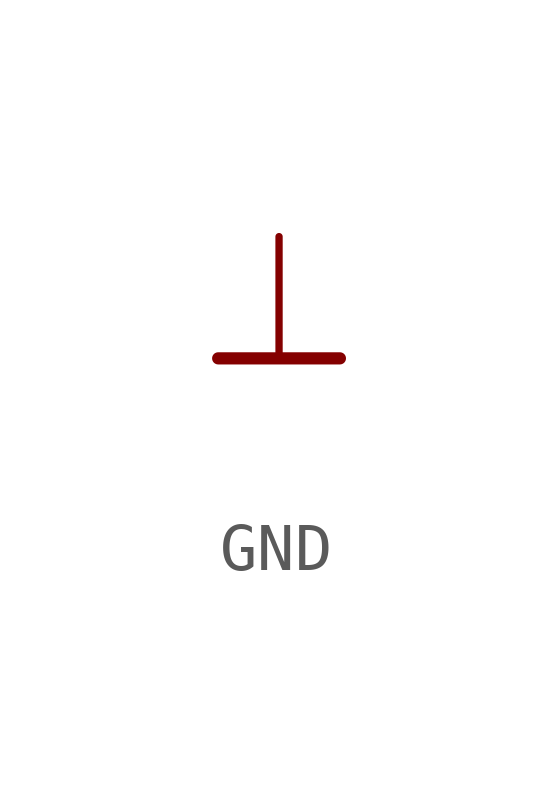
<source format=kicad_sym>
(kicad_symbol_lib
  (version 20241209)
  (generator "kicad_symbol_editor")
  (generator_version "9.0")
  (symbol "GND"
    (power)
    (property "Reference" ""
      (at 0 0 0)
      (effects (font (size 1.27 1.27)) (hide yes)))
    (property "Value" ""
      (at -1.524 -2.54 0)
      (effects (font (size 1.27 1.079)) (justify left bottom)))
    (property "ki_locked" ""
      (at 0 0 0)
      (effects (font (size 1.27 1.27))))
    (symbol "GND_1_0"
      (polyline (pts (xy -1.27 0) (xy 1.27 0)) (stroke (width 0.254) (type solid)) (fill (type none)))
      (pin power_in line (at 0 2.54 270) (length 2.54) (name "GND" (effects (font (size 0 0)))) (number "1" (effects (font (size 0 0))))))))
</source>
